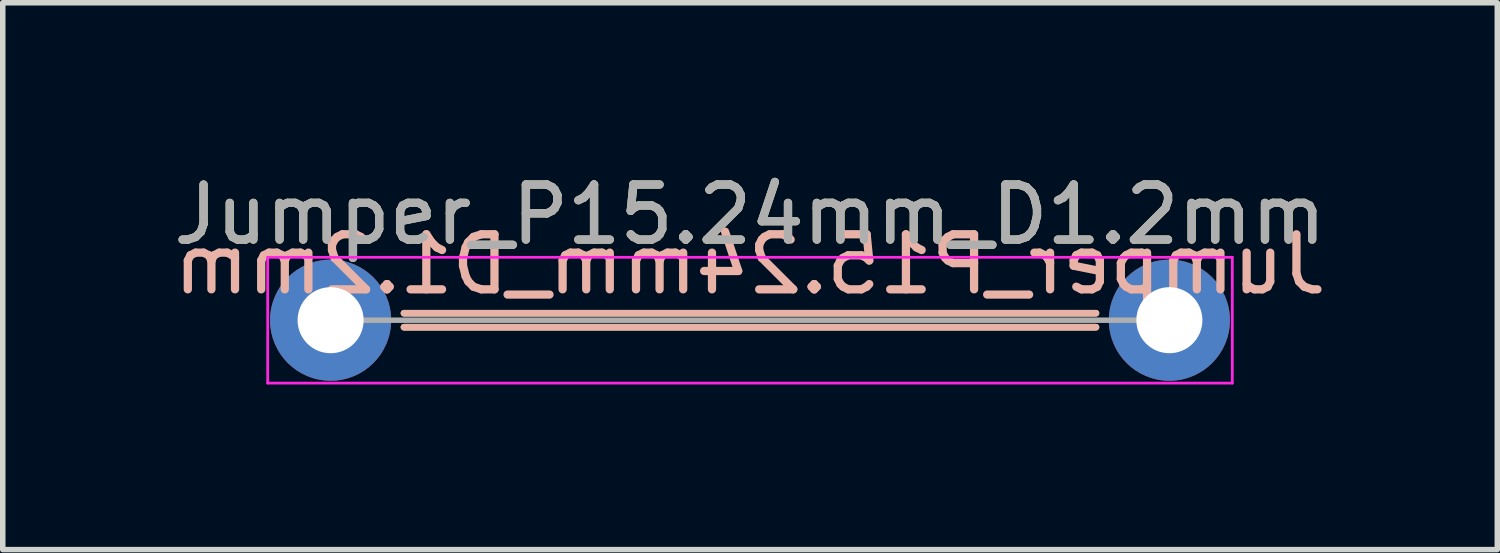
<source format=kicad_pcb>
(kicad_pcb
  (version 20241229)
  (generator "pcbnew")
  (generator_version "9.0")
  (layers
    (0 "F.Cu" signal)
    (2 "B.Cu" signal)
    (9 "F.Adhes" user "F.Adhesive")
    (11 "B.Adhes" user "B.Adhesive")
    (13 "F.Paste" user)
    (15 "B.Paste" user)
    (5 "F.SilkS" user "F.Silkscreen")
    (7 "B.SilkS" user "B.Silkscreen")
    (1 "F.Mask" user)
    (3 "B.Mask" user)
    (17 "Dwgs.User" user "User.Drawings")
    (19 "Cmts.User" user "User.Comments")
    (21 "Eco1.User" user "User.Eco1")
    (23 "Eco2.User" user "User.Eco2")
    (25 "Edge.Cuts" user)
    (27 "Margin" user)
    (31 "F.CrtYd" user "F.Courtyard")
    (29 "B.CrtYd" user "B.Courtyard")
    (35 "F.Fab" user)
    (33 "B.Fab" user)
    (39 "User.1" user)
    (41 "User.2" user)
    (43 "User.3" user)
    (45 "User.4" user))
  (footprint "Jumper_P15.24mm_D1.2mm"
    (layer "F.Cu")
    (at 2.957 2.768)
    (property "Reference" "Jumper_P15.24mm_D1.2mm" (at 7.62 -1.92 0) (layer "F.SilkS") (effects (font (size 1 1) (thickness 0.15))))
    (fp_line (start 1.333 -0.127) (end 13.906 -0.127) (stroke (width 0.12) (type solid)) (layer "F.SilkS"))
    (fp_line (start 1.333 0.127) (end 13.906 0.127) (stroke (width 0.12) (type solid)) (layer "F.SilkS"))
    (fp_line (start 1.333 0.127) (end 13.906 0.127) (stroke (width 0.12) (type solid)) (layer "B.SilkS"))
    (fp_line (start 13.906 -0.127) (end 1.333 -0.127) (stroke (width 0.12) (type solid)) (layer "B.SilkS"))
    (fp_line (start -1.143 -1.143) (end -1.143 1.143) (stroke (width 0.05) (type solid)) (layer "F.CrtYd"))
    (fp_line (start -1.143 1.143) (end 16.383 1.143) (stroke (width 0.05) (type solid)) (layer "F.CrtYd"))
    (fp_line (start 16.383 -1.143) (end -1.143 -1.143) (stroke (width 0.05) (type solid)) (layer "F.CrtYd"))
    (fp_line (start 16.383 1.143) (end 16.383 -1.143) (stroke (width 0.05) (type solid)) (layer "F.CrtYd"))
    (fp_line (start 0 0) (end 15.24 0) (stroke (width 0.1) (type solid)) (layer "F.Fab"))
    (fp_text user "${REFERENCE}" (at 7.62 -1.016 0) (layer "B.SilkS") (effects (font (size 1 1) (thickness 0.15)) (justify mirror)))
    (fp_text user "${REFERENCE}" (at 7.62 -1.92 0) (layer "F.Fab") (effects (font (size 1 1) (thickness 0.15))))
    (pad "1" thru_hole circle (at 0 0) (size 2.2 2.2) (drill 1.2) (layers "*.Cu" "*.Mask"))
    (pad "2" thru_hole oval (at 15.24 0) (size 2.2 2.2) (drill 1.2) (layers "*.Cu" "*.Mask")))
  (gr_rect
    (start -3 -3)
    (end 24.155 6.936)
    (stroke (width 0.1) (type default))
    (fill no)
    (layer "Edge.Cuts")))
</source>
